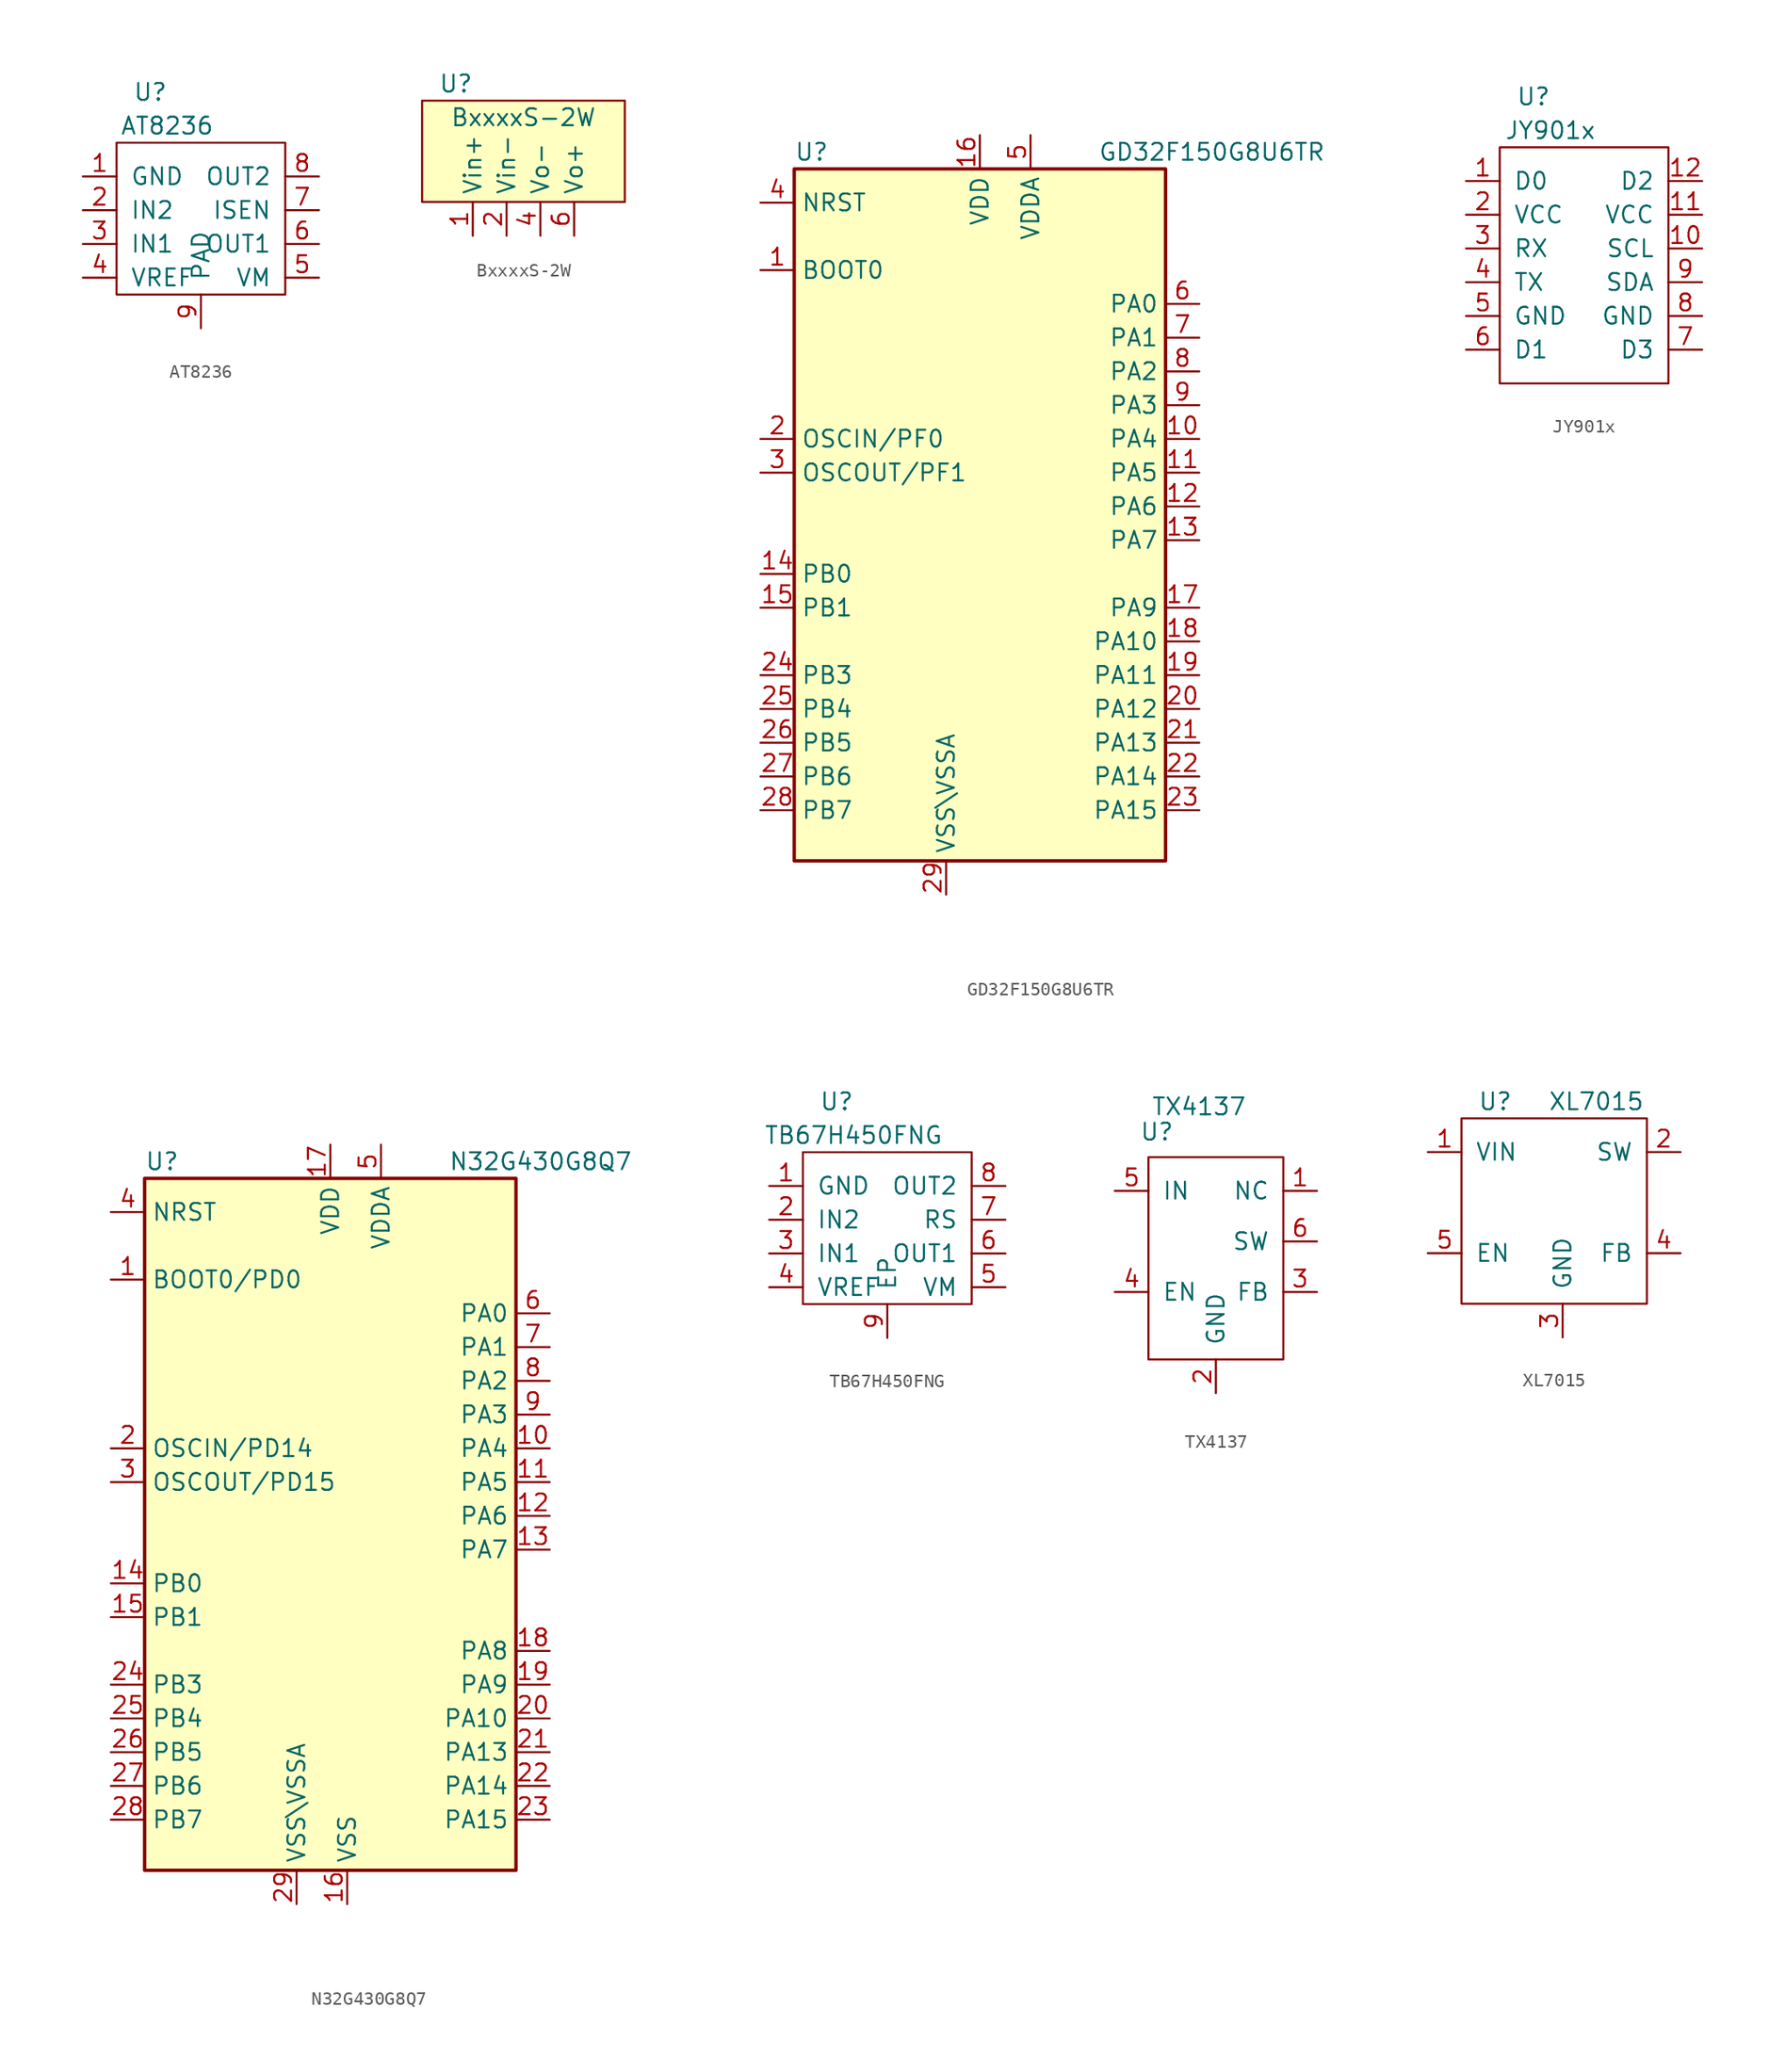
<source format=kicad_sym>
(kicad_symbol_lib
  (version 20211014)
  (generator kicad_symbol_editor)
  (symbol "AT8236"
    (pin_names
      (offset 1.016))
    (property "Reference" "U"
      (at -1.27 2.54 0)
      (effects (font (size 1.27 1.27))))
    (property "Value" "AT8236"
      (at 0 0 0)
      (effects (font (size 1.27 1.27))))
    (symbol "AT8236_0_1"
      (rectangle (start -3.81 -1.27) (end 8.89 -12.7) (stroke (width 0) (type default) (color 0 0 0 0)) (fill (type none))))
    (symbol "AT8236_1_1"
      (pin power_in line (at -6.35 -3.81 0) (length 2.54) (name "GND" (effects (font (size 1.27 1.27)))) (number "1" (effects (font (size 1.27 1.27)))))
      (pin input line (at -6.35 -6.35 0) (length 2.54) (name "IN2" (effects (font (size 1.27 1.27)))) (number "2" (effects (font (size 1.27 1.27)))))
      (pin output line (at -6.35 -8.89 0) (length 2.54) (name "IN1" (effects (font (size 1.27 1.27)))) (number "3" (effects (font (size 1.27 1.27)))))
      (pin input line (at -6.35 -11.43 0) (length 2.54) (name "VREF" (effects (font (size 1.27 1.27)))) (number "4" (effects (font (size 1.27 1.27)))))
      (pin power_in line (at 11.43 -11.43 180) (length 2.54) (name "VM" (effects (font (size 1.27 1.27)))) (number "5" (effects (font (size 1.27 1.27)))))
      (pin output line (at 11.43 -8.89 180) (length 2.54) (name "OUT1" (effects (font (size 1.27 1.27)))) (number "6" (effects (font (size 1.27 1.27)))))
      (pin input line (at 11.43 -6.35 180) (length 2.54) (name "ISEN" (effects (font (size 1.27 1.27)))) (number "7" (effects (font (size 1.27 1.27)))))
      (pin output line (at 11.43 -3.81 180) (length 2.54) (name "OUT2" (effects (font (size 1.27 1.27)))) (number "8" (effects (font (size 1.27 1.27)))))
      (pin bidirectional line (at 2.54 -15.24 90) (length 2.54) (name "PAD" (effects (font (size 1.27 1.27)))) (number "9" (effects (font (size 1.27 1.27)))))))
  (symbol "BxxxxS-2W"
    (property "Reference" "U"
      (at -3.81 5.08 0)
      (effects (font (size 1.27 1.27))))
    (property "Value" "BxxxxS-2W"
      (at 1.27 2.54 0)
      (effects (font (size 1.27 1.27))))
    (symbol "BxxxxS-2W_0_1"
      (rectangle (start -6.35 3.81) (end 8.89 -3.81) (stroke (width 0) (type default) (color 0 0 0 0)) (fill (type background))))
    (symbol "BxxxxS-2W_1_1"
      (pin power_in line (at -2.54 -6.35 90) (length 2.54) (name "Vin+" (effects (font (size 1.27 1.27)))) (number "1" (effects (font (size 1.27 1.27)))))
      (pin power_in line (at 0 -6.35 90) (length 2.54) (name "Vin-" (effects (font (size 1.27 1.27)))) (number "2" (effects (font (size 1.27 1.27)))))
      (pin power_in line (at 2.54 -6.35 90) (length 2.54) (name "Vo-" (effects (font (size 1.27 1.27)))) (number "4" (effects (font (size 1.27 1.27)))))
      (pin power_out line (at 5.08 -6.35 90) (length 2.54) (name "Vo+" (effects (font (size 1.27 1.27)))) (number "6" (effects (font (size 1.27 1.27)))))))
  (symbol "GD32F150G8U6TR"
    (property "Reference" "U"
      (at -15.24 36.83 0)
      (effects (font (size 1.27 1.27)) (justify left)))
    (property "Value" "GD32F150G8U6TR"
      (at 7.62 36.83 0)
      (effects (font (size 1.27 1.27)) (justify left)))
    (symbol "GD32F150G8U6TR_0_1"
      (rectangle (start -15.24 35.56) (end 12.7 -16.51) (stroke (width 0.254) (type default) (color 0 0 0 0)) (fill (type background))))
    (symbol "GD32F150G8U6TR_1_1"
      (pin input line (at -17.78 27.94 0) (length 2.54) (name "BOOT0" (effects (font (size 1.27 1.27)))) (number "1" (effects (font (size 1.27 1.27)))))
      (pin bidirectional line (at 15.24 15.24 180) (length 2.54) (name "PA4" (effects (font (size 1.27 1.27)))) (number "10" (effects (font (size 1.27 1.27)))))
      (pin bidirectional line (at 15.24 12.7 180) (length 2.54) (name "PA5" (effects (font (size 1.27 1.27)))) (number "11" (effects (font (size 1.27 1.27)))))
      (pin bidirectional line (at 15.24 10.16 180) (length 2.54) (name "PA6" (effects (font (size 1.27 1.27)))) (number "12" (effects (font (size 1.27 1.27)))))
      (pin bidirectional line (at 15.24 7.62 180) (length 2.54) (name "PA7" (effects (font (size 1.27 1.27)))) (number "13" (effects (font (size 1.27 1.27)))))
      (pin bidirectional line (at -17.78 5.08 0) (length 2.54) (name "PB0" (effects (font (size 1.27 1.27)))) (number "14" (effects (font (size 1.27 1.27)))))
      (pin bidirectional line (at -17.78 2.54 0) (length 2.54) (name "PB1" (effects (font (size 1.27 1.27)))) (number "15" (effects (font (size 1.27 1.27)))))
      (pin power_in line (at -1.27 38.1 270) (length 2.54) (name "VDD" (effects (font (size 1.27 1.27)))) (number "16" (effects (font (size 1.27 1.27)))))
      (pin bidirectional line (at 15.24 2.54 180) (length 2.54) (name "PA9" (effects (font (size 1.27 1.27)))) (number "17" (effects (font (size 1.27 1.27)))))
      (pin bidirectional line (at 15.24 0 180) (length 2.54) (name "PA10" (effects (font (size 1.27 1.27)))) (number "18" (effects (font (size 1.27 1.27)))))
      (pin bidirectional line (at 15.24 -2.54 180) (length 2.54) (name "PA11" (effects (font (size 1.27 1.27)))) (number "19" (effects (font (size 1.27 1.27)))))
      (pin bidirectional line (at -17.78 15.24 0) (length 2.54) (name "OSCIN/PF0" (effects (font (size 1.27 1.27)))) (number "2" (effects (font (size 1.27 1.27)))))
      (pin bidirectional line (at 15.24 -5.08 180) (length 2.54) (name "PA12" (effects (font (size 1.27 1.27)))) (number "20" (effects (font (size 1.27 1.27)))))
      (pin bidirectional line (at 15.24 -7.62 180) (length 2.54) (name "PA13" (effects (font (size 1.27 1.27)))) (number "21" (effects (font (size 1.27 1.27)))))
      (pin bidirectional line (at 15.24 -10.16 180) (length 2.54) (name "PA14" (effects (font (size 1.27 1.27)))) (number "22" (effects (font (size 1.27 1.27)))))
      (pin bidirectional line (at 15.24 -12.7 180) (length 2.54) (name "PA15" (effects (font (size 1.27 1.27)))) (number "23" (effects (font (size 1.27 1.27)))))
      (pin bidirectional line (at -17.78 -2.54 0) (length 2.54) (name "PB3" (effects (font (size 1.27 1.27)))) (number "24" (effects (font (size 1.27 1.27)))))
      (pin bidirectional line (at -17.78 -5.08 0) (length 2.54) (name "PB4" (effects (font (size 1.27 1.27)))) (number "25" (effects (font (size 1.27 1.27)))))
      (pin bidirectional line (at -17.78 -7.62 0) (length 2.54) (name "PB5" (effects (font (size 1.27 1.27)))) (number "26" (effects (font (size 1.27 1.27)))))
      (pin bidirectional line (at -17.78 -10.16 0) (length 2.54) (name "PB6" (effects (font (size 1.27 1.27)))) (number "27" (effects (font (size 1.27 1.27)))))
      (pin bidirectional line (at -17.78 -12.7 0) (length 2.54) (name "PB7" (effects (font (size 1.27 1.27)))) (number "28" (effects (font (size 1.27 1.27)))))
      (pin power_in line (at -3.81 -19.05 90) (length 2.54) (name "VSS\\VSSA" (effects (font (size 1.27 1.27)))) (number "29" (effects (font (size 1.27 1.27)))))
      (pin bidirectional line (at -17.78 12.7 0) (length 2.54) (name "OSCOUT/PF1" (effects (font (size 1.27 1.27)))) (number "3" (effects (font (size 1.27 1.27)))))
      (pin input line (at -17.78 33.02 0) (length 2.54) (name "NRST" (effects (font (size 1.27 1.27)))) (number "4" (effects (font (size 1.27 1.27)))))
      (pin power_in line (at 2.54 38.1 270) (length 2.54) (name "VDDA" (effects (font (size 1.27 1.27)))) (number "5" (effects (font (size 1.27 1.27)))))
      (pin bidirectional line (at 15.24 25.4 180) (length 2.54) (name "PA0" (effects (font (size 1.27 1.27)))) (number "6" (effects (font (size 1.27 1.27)))))
      (pin bidirectional line (at 15.24 22.86 180) (length 2.54) (name "PA1" (effects (font (size 1.27 1.27)))) (number "7" (effects (font (size 1.27 1.27)))))
      (pin bidirectional line (at 15.24 20.32 180) (length 2.54) (name "PA2" (effects (font (size 1.27 1.27)))) (number "8" (effects (font (size 1.27 1.27)))))
      (pin bidirectional line (at 15.24 17.78 180) (length 2.54) (name "PA3" (effects (font (size 1.27 1.27)))) (number "9" (effects (font (size 1.27 1.27)))))))
  (symbol "JY901x"
    (pin_names
      (offset 1.016))
    (property "Reference" "U"
      (at -1.27 2.54 0)
      (effects (font (size 1.27 1.27))))
    (property "Value" "JY901x"
      (at 0 0 0)
      (effects (font (size 1.27 1.27))))
    (symbol "JY901x_0_1"
      (rectangle (start -3.81 -1.27) (end 8.89 -19.05) (stroke (width 0) (type default) (color 0 0 0 0)) (fill (type none))))
    (symbol "JY901x_1_1"
      (pin bidirectional line (at -6.35 -3.81 0) (length 2.54) (name "D0" (effects (font (size 1.27 1.27)))) (number "1" (effects (font (size 1.27 1.27)))))
      (pin bidirectional line (at 11.43 -8.89 180) (length 2.54) (name "SCL" (effects (font (size 1.27 1.27)))) (number "10" (effects (font (size 1.27 1.27)))))
      (pin power_in line (at 11.43 -6.35 180) (length 2.54) (name "VCC" (effects (font (size 1.27 1.27)))) (number "11" (effects (font (size 1.27 1.27)))))
      (pin bidirectional line (at 11.43 -3.81 180) (length 2.54) (name "D2" (effects (font (size 1.27 1.27)))) (number "12" (effects (font (size 1.27 1.27)))))
      (pin power_in line (at -6.35 -6.35 0) (length 2.54) (name "VCC" (effects (font (size 1.27 1.27)))) (number "2" (effects (font (size 1.27 1.27)))))
      (pin bidirectional line (at -6.35 -8.89 0) (length 2.54) (name "RX" (effects (font (size 1.27 1.27)))) (number "3" (effects (font (size 1.27 1.27)))))
      (pin bidirectional line (at -6.35 -11.43 0) (length 2.54) (name "TX" (effects (font (size 1.27 1.27)))) (number "4" (effects (font (size 1.27 1.27)))))
      (pin power_in line (at -6.35 -13.97 0) (length 2.54) (name "GND" (effects (font (size 1.27 1.27)))) (number "5" (effects (font (size 1.27 1.27)))))
      (pin bidirectional line (at -6.35 -16.51 0) (length 2.54) (name "D1" (effects (font (size 1.27 1.27)))) (number "6" (effects (font (size 1.27 1.27)))))
      (pin bidirectional line (at 11.43 -16.51 180) (length 2.54) (name "D3" (effects (font (size 1.27 1.27)))) (number "7" (effects (font (size 1.27 1.27)))))
      (pin power_in line (at 11.43 -13.97 180) (length 2.54) (name "GND" (effects (font (size 1.27 1.27)))) (number "8" (effects (font (size 1.27 1.27)))))
      (pin bidirectional line (at 11.43 -11.43 180) (length 2.54) (name "SDA" (effects (font (size 1.27 1.27)))) (number "9" (effects (font (size 1.27 1.27)))))))
  (symbol "N32G430G8Q7"
    (property "Reference" "U"
      (at -15.24 36.83 0)
      (effects (font (size 1.27 1.27)) (justify left)))
    (property "Value" "N32G430G8Q7"
      (at 7.62 36.83 0)
      (effects (font (size 1.27 1.27)) (justify left)))
    (symbol "N32G430G8Q7_0_1"
      (rectangle (start -15.24 35.56) (end 12.7 -16.51) (stroke (width 0.254) (type default) (color 0 0 0 0)) (fill (type background))))
    (symbol "N32G430G8Q7_1_1"
      (pin input line (at -17.78 27.94 0) (length 2.54) (name "BOOT0/PD0" (effects (font (size 1.27 1.27)))) (number "1" (effects (font (size 1.27 1.27)))))
      (pin bidirectional line (at 15.24 15.24 180) (length 2.54) (name "PA4" (effects (font (size 1.27 1.27)))) (number "10" (effects (font (size 1.27 1.27)))))
      (pin bidirectional line (at 15.24 12.7 180) (length 2.54) (name "PA5" (effects (font (size 1.27 1.27)))) (number "11" (effects (font (size 1.27 1.27)))))
      (pin bidirectional line (at 15.24 10.16 180) (length 2.54) (name "PA6" (effects (font (size 1.27 1.27)))) (number "12" (effects (font (size 1.27 1.27)))))
      (pin bidirectional line (at 15.24 7.62 180) (length 2.54) (name "PA7" (effects (font (size 1.27 1.27)))) (number "13" (effects (font (size 1.27 1.27)))))
      (pin bidirectional line (at -17.78 5.08 0) (length 2.54) (name "PB0" (effects (font (size 1.27 1.27)))) (number "14" (effects (font (size 1.27 1.27)))))
      (pin bidirectional line (at -17.78 2.54 0) (length 2.54) (name "PB1" (effects (font (size 1.27 1.27)))) (number "15" (effects (font (size 1.27 1.27)))))
      (pin power_in line (at 0 -19.05 90) (length 2.54) (name "VSS" (effects (font (size 1.27 1.27)))) (number "16" (effects (font (size 1.27 1.27)))))
      (pin power_in line (at -1.27 38.1 270) (length 2.54) (name "VDD" (effects (font (size 1.27 1.27)))) (number "17" (effects (font (size 1.27 1.27)))))
      (pin bidirectional line (at 15.24 0 180) (length 2.54) (name "PA8" (effects (font (size 1.27 1.27)))) (number "18" (effects (font (size 1.27 1.27)))))
      (pin bidirectional line (at 15.24 -2.54 180) (length 2.54) (name "PA9" (effects (font (size 1.27 1.27)))) (number "19" (effects (font (size 1.27 1.27)))))
      (pin bidirectional line (at -17.78 15.24 0) (length 2.54) (name "OSCIN/PD14" (effects (font (size 1.27 1.27)))) (number "2" (effects (font (size 1.27 1.27)))))
      (pin bidirectional line (at 15.24 -5.08 180) (length 2.54) (name "PA10" (effects (font (size 1.27 1.27)))) (number "20" (effects (font (size 1.27 1.27)))))
      (pin bidirectional line (at 15.24 -7.62 180) (length 2.54) (name "PA13" (effects (font (size 1.27 1.27)))) (number "21" (effects (font (size 1.27 1.27)))))
      (pin bidirectional line (at 15.24 -10.16 180) (length 2.54) (name "PA14" (effects (font (size 1.27 1.27)))) (number "22" (effects (font (size 1.27 1.27)))))
      (pin bidirectional line (at 15.24 -12.7 180) (length 2.54) (name "PA15" (effects (font (size 1.27 1.27)))) (number "23" (effects (font (size 1.27 1.27)))))
      (pin bidirectional line (at -17.78 -2.54 0) (length 2.54) (name "PB3" (effects (font (size 1.27 1.27)))) (number "24" (effects (font (size 1.27 1.27)))))
      (pin bidirectional line (at -17.78 -5.08 0) (length 2.54) (name "PB4" (effects (font (size 1.27 1.27)))) (number "25" (effects (font (size 1.27 1.27)))))
      (pin bidirectional line (at -17.78 -7.62 0) (length 2.54) (name "PB5" (effects (font (size 1.27 1.27)))) (number "26" (effects (font (size 1.27 1.27)))))
      (pin bidirectional line (at -17.78 -10.16 0) (length 2.54) (name "PB6" (effects (font (size 1.27 1.27)))) (number "27" (effects (font (size 1.27 1.27)))))
      (pin bidirectional line (at -17.78 -12.7 0) (length 2.54) (name "PB7" (effects (font (size 1.27 1.27)))) (number "28" (effects (font (size 1.27 1.27)))))
      (pin power_in line (at -3.81 -19.05 90) (length 2.54) (name "VSS\\VSSA" (effects (font (size 1.27 1.27)))) (number "29" (effects (font (size 1.27 1.27)))))
      (pin bidirectional line (at -17.78 12.7 0) (length 2.54) (name "OSCOUT/PD15" (effects (font (size 1.27 1.27)))) (number "3" (effects (font (size 1.27 1.27)))))
      (pin input line (at -17.78 33.02 0) (length 2.54) (name "NRST" (effects (font (size 1.27 1.27)))) (number "4" (effects (font (size 1.27 1.27)))))
      (pin power_in line (at 2.54 38.1 270) (length 2.54) (name "VDDA" (effects (font (size 1.27 1.27)))) (number "5" (effects (font (size 1.27 1.27)))))
      (pin bidirectional line (at 15.24 25.4 180) (length 2.54) (name "PA0" (effects (font (size 1.27 1.27)))) (number "6" (effects (font (size 1.27 1.27)))))
      (pin bidirectional line (at 15.24 22.86 180) (length 2.54) (name "PA1" (effects (font (size 1.27 1.27)))) (number "7" (effects (font (size 1.27 1.27)))))
      (pin bidirectional line (at 15.24 20.32 180) (length 2.54) (name "PA2" (effects (font (size 1.27 1.27)))) (number "8" (effects (font (size 1.27 1.27)))))
      (pin bidirectional line (at 15.24 17.78 180) (length 2.54) (name "PA3" (effects (font (size 1.27 1.27)))) (number "9" (effects (font (size 1.27 1.27)))))))
  (symbol "TB67H450FNG"
    (pin_names
      (offset 1.016))
    (property "Reference" "U"
      (at -1.27 2.54 0)
      (effects (font (size 1.27 1.27))))
    (property "Value" "TB67H450FNG"
      (at 0 0 0)
      (effects (font (size 1.27 1.27))))
    (symbol "TB67H450FNG_0_1"
      (rectangle (start -3.81 -1.27) (end 8.89 -12.7) (stroke (width 0) (type default) (color 0 0 0 0)) (fill (type none))))
    (symbol "TB67H450FNG_1_1"
      (pin power_in line (at -6.35 -3.81 0) (length 2.54) (name "GND" (effects (font (size 1.27 1.27)))) (number "1" (effects (font (size 1.27 1.27)))))
      (pin input line (at -6.35 -6.35 0) (length 2.54) (name "IN2" (effects (font (size 1.27 1.27)))) (number "2" (effects (font (size 1.27 1.27)))))
      (pin input line (at -6.35 -8.89 0) (length 2.54) (name "IN1" (effects (font (size 1.27 1.27)))) (number "3" (effects (font (size 1.27 1.27)))))
      (pin input line (at -6.35 -11.43 0) (length 2.54) (name "VREF" (effects (font (size 1.27 1.27)))) (number "4" (effects (font (size 1.27 1.27)))))
      (pin power_in line (at 11.43 -11.43 180) (length 2.54) (name "VM" (effects (font (size 1.27 1.27)))) (number "5" (effects (font (size 1.27 1.27)))))
      (pin output line (at 11.43 -8.89 180) (length 2.54) (name "OUT1" (effects (font (size 1.27 1.27)))) (number "6" (effects (font (size 1.27 1.27)))))
      (pin output line (at 11.43 -6.35 180) (length 2.54) (name "RS" (effects (font (size 1.27 1.27)))) (number "7" (effects (font (size 1.27 1.27)))))
      (pin output line (at 11.43 -3.81 180) (length 2.54) (name "OUT2" (effects (font (size 1.27 1.27)))) (number "8" (effects (font (size 1.27 1.27)))))
      (pin power_in line (at 2.54 -15.24 90) (length 2.54) (name "EP" (effects (font (size 1.27 1.27)))) (number "9" (effects (font (size 1.27 1.27)))))))
  (symbol "TX4137"
    (pin_names
      (offset 1.016))
    (property "Reference" "U"
      (at -4.445 9.525 0)
      (effects (font (size 1.27 1.27))))
    (property "Value" "TX4137"
      (at -1.27 11.43 0)
      (effects (font (size 1.27 1.27))))
    (symbol "TX4137_0_1"
      (rectangle (start -5.08 7.62) (end 5.08 -7.62) (stroke (width 0) (type default) (color 0 0 0 0)) (fill (type none))))
    (symbol "TX4137_1_1"
      (pin unspecified line (at 7.62 5.08 180) (length 2.54) (name "NC" (effects (font (size 1.27 1.27)))) (number "1" (effects (font (size 1.27 1.27)))))
      (pin power_in line (at 0 -10.16 90) (length 2.54) (name "GND" (effects (font (size 1.27 1.27)))) (number "2" (effects (font (size 1.27 1.27)))))
      (pin input line (at 7.62 -2.54 180) (length 2.54) (name "FB" (effects (font (size 1.27 1.27)))) (number "3" (effects (font (size 1.27 1.27)))))
      (pin input line (at -7.62 -2.54 0) (length 2.54) (name "EN" (effects (font (size 1.27 1.27)))) (number "4" (effects (font (size 1.27 1.27)))))
      (pin power_in line (at -7.62 5.08 0) (length 2.54) (name "IN" (effects (font (size 1.27 1.27)))) (number "5" (effects (font (size 1.27 1.27)))))
      (pin passive line (at 7.62 1.27 180) (length 2.54) (name "SW" (effects (font (size 1.27 1.27)))) (number "6" (effects (font (size 1.27 1.27)))))))
  (symbol "XL7015"
    (pin_names
      (offset 1.016))
    (property "Reference" "U"
      (at -7.62 6.35 0)
      (effects (font (size 1.27 1.27))))
    (property "Value" "XL7015"
      (at 0 6.35 0)
      (effects (font (size 1.27 1.27))))
    (symbol "XL7015_0_1"
      (rectangle (start -10.16 5.08) (end 3.81 -8.89) (stroke (width 0) (type default) (color 0 0 0 0)) (fill (type none))))
    (symbol "XL7015_1_1"
      (pin power_in line (at -12.7 2.54 0) (length 2.54) (name "VIN" (effects (font (size 1.27 1.27)))) (number "1" (effects (font (size 1.27 1.27)))))
      (pin output line (at 6.35 2.54 180) (length 2.54) (name "SW" (effects (font (size 1.27 1.27)))) (number "2" (effects (font (size 1.27 1.27)))))
      (pin power_in line (at -2.54 -11.43 90) (length 2.54) (name "GND" (effects (font (size 1.27 1.27)))) (number "3" (effects (font (size 1.27 1.27)))))
      (pin input line (at 6.35 -5.08 180) (length 2.54) (name "FB" (effects (font (size 1.27 1.27)))) (number "4" (effects (font (size 1.27 1.27)))))
      (pin input line (at -12.7 -5.08 0) (length 2.54) (name "EN" (effects (font (size 1.27 1.27)))) (number "5" (effects (font (size 1.27 1.27))))))))
</source>
